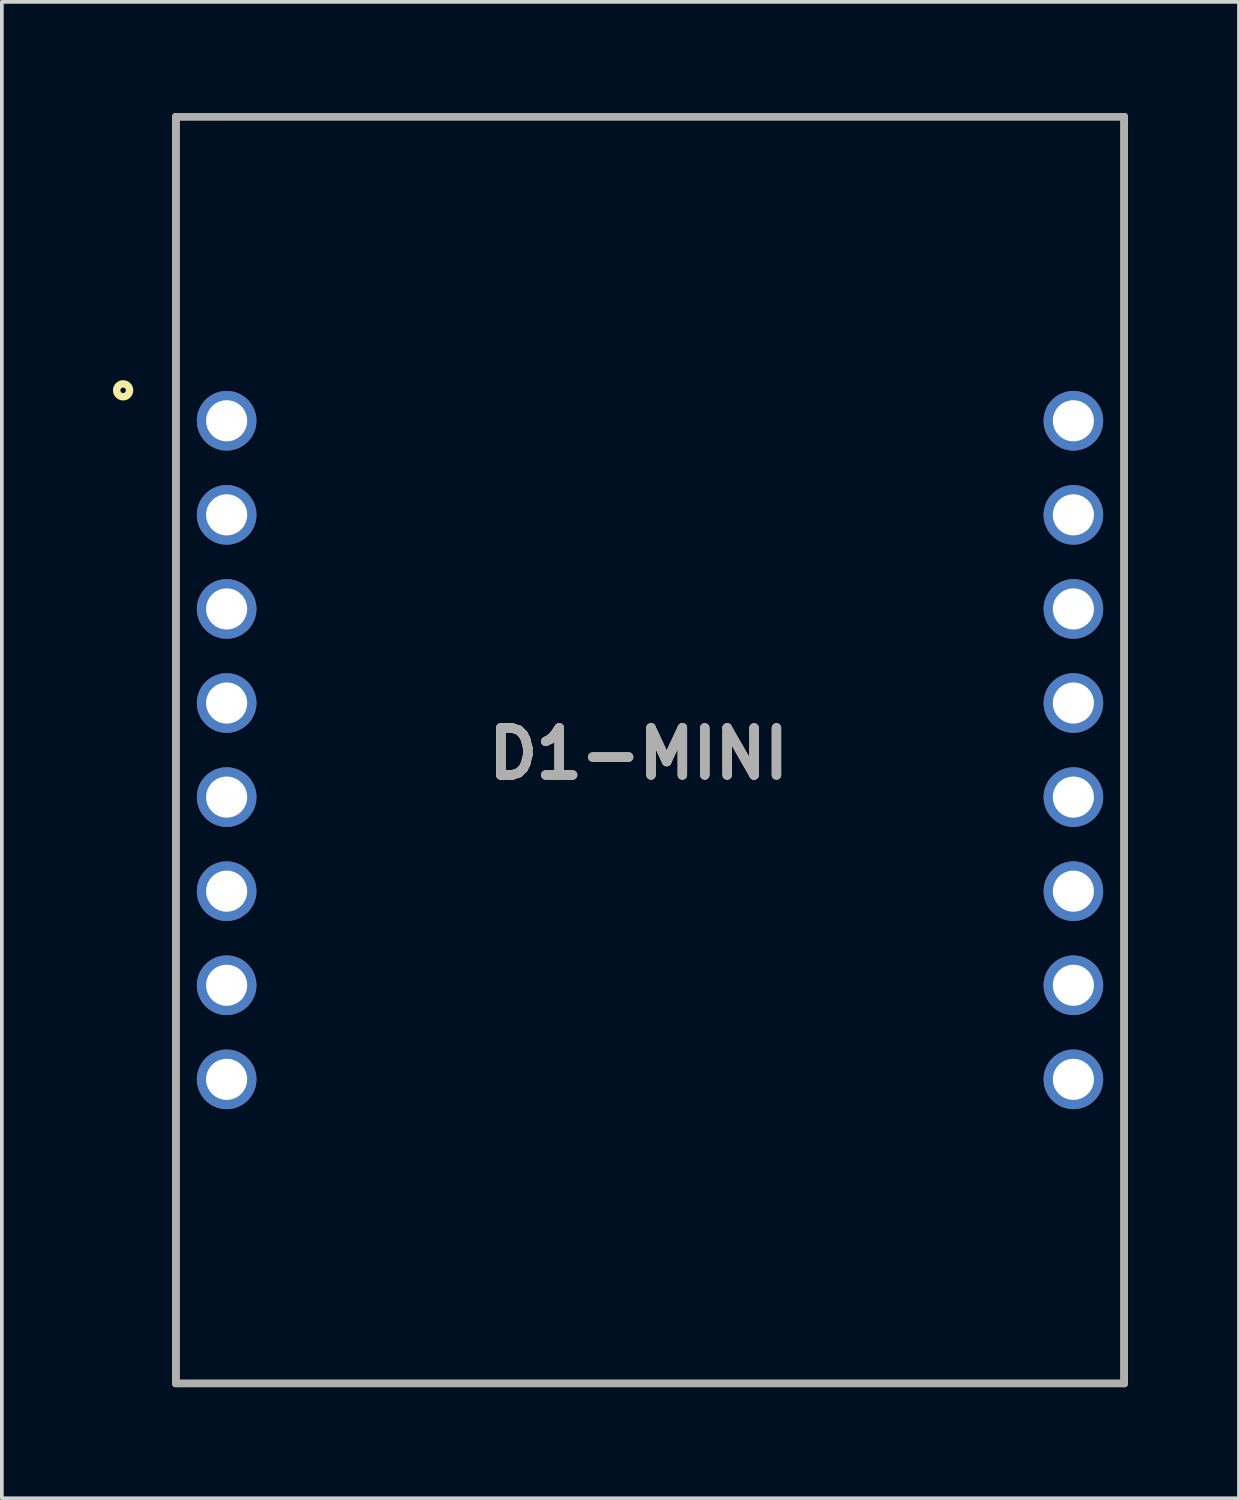
<source format=kicad_pcb>
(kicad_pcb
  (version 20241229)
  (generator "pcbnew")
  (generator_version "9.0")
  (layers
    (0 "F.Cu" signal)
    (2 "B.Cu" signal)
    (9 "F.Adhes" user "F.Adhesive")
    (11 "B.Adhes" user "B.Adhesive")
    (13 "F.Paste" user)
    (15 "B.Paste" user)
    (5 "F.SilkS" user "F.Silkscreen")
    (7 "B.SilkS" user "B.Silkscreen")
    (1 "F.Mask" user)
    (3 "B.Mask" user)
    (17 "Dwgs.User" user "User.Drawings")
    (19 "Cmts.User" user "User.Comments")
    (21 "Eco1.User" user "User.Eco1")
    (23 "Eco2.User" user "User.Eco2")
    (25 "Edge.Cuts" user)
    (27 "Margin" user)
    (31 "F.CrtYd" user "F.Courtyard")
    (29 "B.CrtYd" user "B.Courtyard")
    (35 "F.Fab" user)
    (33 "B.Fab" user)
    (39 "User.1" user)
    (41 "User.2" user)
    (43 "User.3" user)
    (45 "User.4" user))
  (footprint "D1-MINI"
    (layer "F.Cu")
    (at 14.499 17.2)
    (property "Reference" "D1-MINI" (at -0.306 0.098 0) (layer "F.SilkS") (effects (font (size 1.27 1.27) (thickness 0.254))))
    (attr through_hole)
    (fp_line (start -12.8 -17.1) (end 12.8 -17.1) (stroke (width 0.2) (type solid)) (layer "F.SilkS"))
    (fp_line (start -12.8 17.1) (end -12.8 -17.1) (stroke (width 0.2) (type solid)) (layer "F.SilkS"))
    (fp_line (start 12.8 -17.1) (end 12.8 17.1) (stroke (width 0.2) (type solid)) (layer "F.SilkS"))
    (fp_line (start 12.8 17.1) (end -12.8 17.1) (stroke (width 0.2) (type solid)) (layer "F.SilkS"))
    (fp_circle (center -14.225 -9.712) (end -14.225 -9.538) (stroke (width 0.2) (type solid)) (fill no) (layer "F.SilkS"))
    (fp_line (start -12.8 -17.1) (end 12.8 -17.1) (stroke (width 0.2) (type solid)) (layer "F.Fab"))
    (fp_line (start -12.8 17.1) (end -12.8 -17.1) (stroke (width 0.2) (type solid)) (layer "F.Fab"))
    (fp_line (start 12.8 -17.1) (end 12.8 17.1) (stroke (width 0.2) (type solid)) (layer "F.Fab"))
    (fp_line (start 12.8 17.1) (end -12.8 17.1) (stroke (width 0.2) (type solid)) (layer "F.Fab"))
    (fp_text user "${REFERENCE}" (at -0.306 0.098 0) (layer "F.Fab") (effects (font (size 1.27 1.27) (thickness 0.254))))
    (pad "1" thru_hole circle (at -11.43 -8.89) (size 1.61 1.61) (drill 1.11) (layers "*.Cu" "*.Mask"))
    (pad "2" thru_hole circle (at -11.43 -6.35) (size 1.61 1.61) (drill 1.11) (layers "*.Cu" "*.Mask"))
    (pad "3" thru_hole circle (at -11.43 -3.81) (size 1.61 1.61) (drill 1.11) (layers "*.Cu" "*.Mask"))
    (pad "4" thru_hole circle (at -11.43 -1.27) (size 1.61 1.61) (drill 1.11) (layers "*.Cu" "*.Mask"))
    (pad "5" thru_hole circle (at -11.43 1.27) (size 1.61 1.61) (drill 1.11) (layers "*.Cu" "*.Mask"))
    (pad "6" thru_hole circle (at -11.43 3.81) (size 1.61 1.61) (drill 1.11) (layers "*.Cu" "*.Mask"))
    (pad "7" thru_hole circle (at -11.43 6.35) (size 1.61 1.61) (drill 1.11) (layers "*.Cu" "*.Mask"))
    (pad "8" thru_hole circle (at -11.43 8.89) (size 1.61 1.61) (drill 1.11) (layers "*.Cu" "*.Mask"))
    (pad "9" thru_hole circle (at 11.43 8.89) (size 1.61 1.61) (drill 1.11) (layers "*.Cu" "*.Mask"))
    (pad "10" thru_hole circle (at 11.43 6.35) (size 1.61 1.61) (drill 1.11) (layers "*.Cu" "*.Mask"))
    (pad "11" thru_hole circle (at 11.43 3.81) (size 1.61 1.61) (drill 1.11) (layers "*.Cu" "*.Mask"))
    (pad "12" thru_hole circle (at 11.43 1.27) (size 1.61 1.61) (drill 1.11) (layers "*.Cu" "*.Mask"))
    (pad "13" thru_hole circle (at 11.43 -1.27) (size 1.61 1.61) (drill 1.11) (layers "*.Cu" "*.Mask"))
    (pad "14" thru_hole circle (at 11.43 -3.81) (size 1.61 1.61) (drill 1.11) (layers "*.Cu" "*.Mask"))
    (pad "15" thru_hole circle (at 11.43 -6.35) (size 1.61 1.61) (drill 1.11) (layers "*.Cu" "*.Mask"))
    (pad "16" thru_hole circle (at 11.43 -8.89) (size 1.61 1.61) (drill 1.11) (layers "*.Cu" "*.Mask")))
  (gr_rect
    (start -3 -3)
    (end 30.399 37.4)
    (stroke (width 0.1) (type default))
    (fill no)
    (layer "Edge.Cuts")))
</source>
